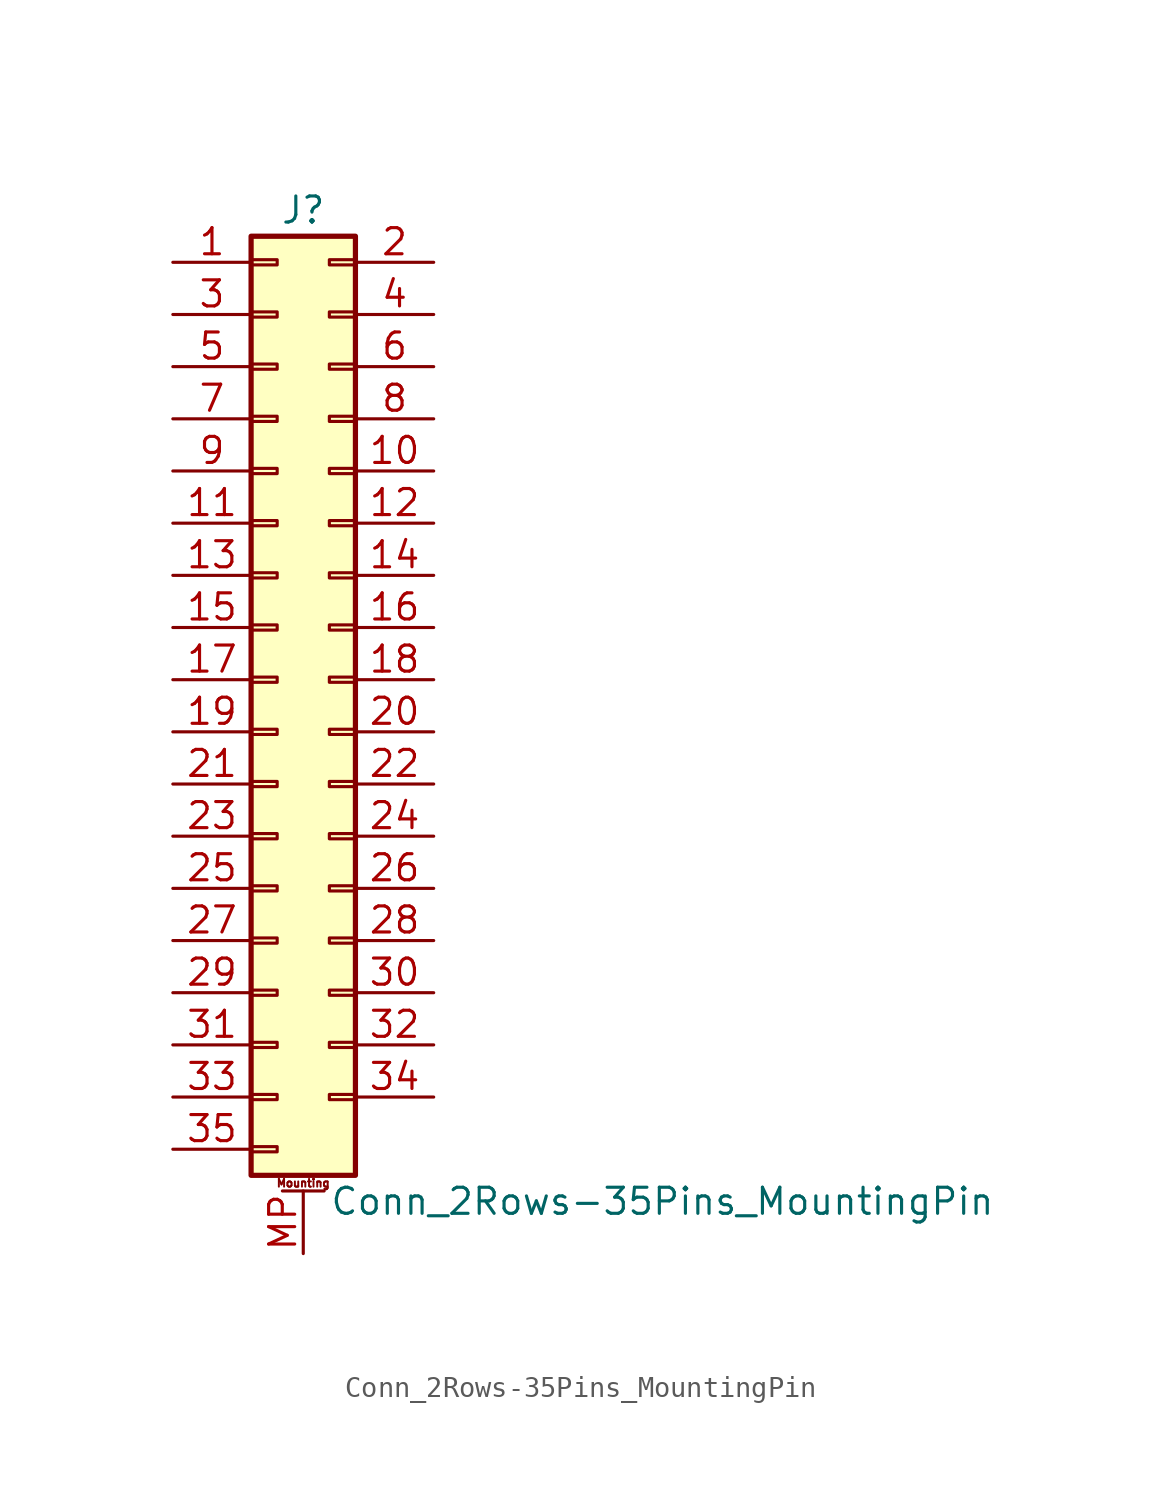
<source format=kicad_sym>
(kicad_symbol_lib
  (version 20201005)
  (generator kicad_symbol_editor)
  (symbol "Connector_Generic_MountingPin:Conn_2Rows-35Pins_MountingPin"
    (pin_names
      (offset 1.016) hide)
    (property "Reference" "J"
      (at 1.27 22.86 0)
      (effects (font (size 1.27 1.27))))
    (property "Value" "Conn_2Rows-35Pins_MountingPin"
      (at 2.54 -25.4 0)
      (effects (font (size 1.27 1.27)) (justify left)))
    (symbol "Conn_2Rows-35Pins_MountingPin_1_1"
      (text "Mounting" (at 1.27 -24.511 0) (effects (font (size 0.381 0.381))))
      (rectangle (start -1.27 -4.953) (end 0 -5.207) (stroke (width 0.152)) (fill (type none)))
      (rectangle (start -1.27 -7.493) (end 0 -7.747) (stroke (width 0.152)) (fill (type none)))
      (rectangle (start -1.27 -10.033) (end 0 -10.287) (stroke (width 0.152)) (fill (type none)))
      (rectangle (start -1.27 -12.573) (end 0 -12.827) (stroke (width 0.152)) (fill (type none)))
      (rectangle (start -1.27 -15.113) (end 0 -15.367) (stroke (width 0.152)) (fill (type none)))
      (rectangle (start -1.27 -17.653) (end 0 -17.907) (stroke (width 0.152)) (fill (type none)))
      (rectangle (start -1.27 -20.193) (end 0 -20.447) (stroke (width 0.152)) (fill (type none)))
      (rectangle (start -1.27 -22.733) (end 0 -22.987) (stroke (width 0.152)) (fill (type none)))
      (rectangle (start -1.27 -2.413) (end 0 -2.667) (stroke (width 0.152)) (fill (type none)))
      (rectangle (start -1.27 2.667) (end 0 2.413) (stroke (width 0.152)) (fill (type none)))
      (rectangle (start -1.27 5.207) (end 0 4.953) (stroke (width 0.152)) (fill (type none)))
      (rectangle (start -1.27 7.747) (end 0 7.493) (stroke (width 0.152)) (fill (type none)))
      (rectangle (start -1.27 10.287) (end 0 10.033) (stroke (width 0.152)) (fill (type none)))
      (rectangle (start -1.27 0.127) (end 0 -0.127) (stroke (width 0.152)) (fill (type none)))
      (rectangle (start -1.27 12.827) (end 0 12.573) (stroke (width 0.152)) (fill (type none)))
      (rectangle (start -1.27 15.367) (end 0 15.113) (stroke (width 0.152)) (fill (type none)))
      (rectangle (start -1.27 17.907) (end 0 17.653) (stroke (width 0.152)) (fill (type none)))
      (rectangle (start -1.27 20.447) (end 0 20.193) (stroke (width 0.152)) (fill (type none)))
      (rectangle (start -1.27 21.59) (end 3.81 -24.13) (stroke (width 0.254)) (fill (type background)))
      (rectangle (start 3.81 -4.953) (end 2.54 -5.207) (stroke (width 0.152)) (fill (type none)))
      (rectangle (start 3.81 -7.493) (end 2.54 -7.747) (stroke (width 0.152)) (fill (type none)))
      (rectangle (start 3.81 -10.033) (end 2.54 -10.287) (stroke (width 0.152)) (fill (type none)))
      (rectangle (start 3.81 -12.573) (end 2.54 -12.827) (stroke (width 0.152)) (fill (type none)))
      (rectangle (start 3.81 -15.113) (end 2.54 -15.367) (stroke (width 0.152)) (fill (type none)))
      (rectangle (start 3.81 -17.653) (end 2.54 -17.907) (stroke (width 0.152)) (fill (type none)))
      (rectangle (start 3.81 -20.193) (end 2.54 -20.447) (stroke (width 0.152)) (fill (type none)))
      (rectangle (start 3.81 -2.413) (end 2.54 -2.667) (stroke (width 0.152)) (fill (type none)))
      (rectangle (start 3.81 2.667) (end 2.54 2.413) (stroke (width 0.152)) (fill (type none)))
      (rectangle (start 3.81 5.207) (end 2.54 4.953) (stroke (width 0.152)) (fill (type none)))
      (rectangle (start 3.81 7.747) (end 2.54 7.493) (stroke (width 0.152)) (fill (type none)))
      (rectangle (start 3.81 10.287) (end 2.54 10.033) (stroke (width 0.152)) (fill (type none)))
      (rectangle (start 3.81 0.127) (end 2.54 -0.127) (stroke (width 0.152)) (fill (type none)))
      (rectangle (start 3.81 12.827) (end 2.54 12.573) (stroke (width 0.152)) (fill (type none)))
      (rectangle (start 3.81 15.367) (end 2.54 15.113) (stroke (width 0.152)) (fill (type none)))
      (rectangle (start 3.81 17.907) (end 2.54 17.653) (stroke (width 0.152)) (fill (type none)))
      (rectangle (start 3.81 20.447) (end 2.54 20.193) (stroke (width 0.152)) (fill (type none)))
      (polyline (pts (xy 0.254 -24.892) (xy 2.286 -24.892)) (stroke (width 0.152)) (fill (type none)))
      (pin passive line (at 1.27 -27.94 90) (length 3.048) (name "MountPin" (effects (font (size 1.27 1.27)))) (number "MP" (effects (font (size 1.27 1.27)))))
      (pin passive line (at -5.08 20.32 0) (length 3.81) (name "Pin_1" (effects (font (size 1.27 1.27)))) (number "1" (effects (font (size 1.27 1.27)))))
      (pin passive line (at 7.62 10.16 180) (length 3.81) (name "Pin_10" (effects (font (size 1.27 1.27)))) (number "10" (effects (font (size 1.27 1.27)))))
      (pin passive line (at -5.08 7.62 0) (length 3.81) (name "Pin_11" (effects (font (size 1.27 1.27)))) (number "11" (effects (font (size 1.27 1.27)))))
      (pin passive line (at 7.62 7.62 180) (length 3.81) (name "Pin_12" (effects (font (size 1.27 1.27)))) (number "12" (effects (font (size 1.27 1.27)))))
      (pin passive line (at -5.08 5.08 0) (length 3.81) (name "Pin_13" (effects (font (size 1.27 1.27)))) (number "13" (effects (font (size 1.27 1.27)))))
      (pin passive line (at 7.62 5.08 180) (length 3.81) (name "Pin_14" (effects (font (size 1.27 1.27)))) (number "14" (effects (font (size 1.27 1.27)))))
      (pin passive line (at -5.08 2.54 0) (length 3.81) (name "Pin_15" (effects (font (size 1.27 1.27)))) (number "15" (effects (font (size 1.27 1.27)))))
      (pin passive line (at 7.62 2.54 180) (length 3.81) (name "Pin_16" (effects (font (size 1.27 1.27)))) (number "16" (effects (font (size 1.27 1.27)))))
      (pin passive line (at -5.08 0 0) (length 3.81) (name "Pin_17" (effects (font (size 1.27 1.27)))) (number "17" (effects (font (size 1.27 1.27)))))
      (pin passive line (at 7.62 0 180) (length 3.81) (name "Pin_18" (effects (font (size 1.27 1.27)))) (number "18" (effects (font (size 1.27 1.27)))))
      (pin passive line (at -5.08 -2.54 0) (length 3.81) (name "Pin_19" (effects (font (size 1.27 1.27)))) (number "19" (effects (font (size 1.27 1.27)))))
      (pin passive line (at 7.62 20.32 180) (length 3.81) (name "Pin_2" (effects (font (size 1.27 1.27)))) (number "2" (effects (font (size 1.27 1.27)))))
      (pin passive line (at 7.62 -2.54 180) (length 3.81) (name "Pin_20" (effects (font (size 1.27 1.27)))) (number "20" (effects (font (size 1.27 1.27)))))
      (pin passive line (at -5.08 -5.08 0) (length 3.81) (name "Pin_21" (effects (font (size 1.27 1.27)))) (number "21" (effects (font (size 1.27 1.27)))))
      (pin passive line (at 7.62 -5.08 180) (length 3.81) (name "Pin_22" (effects (font (size 1.27 1.27)))) (number "22" (effects (font (size 1.27 1.27)))))
      (pin passive line (at -5.08 -7.62 0) (length 3.81) (name "Pin_23" (effects (font (size 1.27 1.27)))) (number "23" (effects (font (size 1.27 1.27)))))
      (pin passive line (at 7.62 -7.62 180) (length 3.81) (name "Pin_24" (effects (font (size 1.27 1.27)))) (number "24" (effects (font (size 1.27 1.27)))))
      (pin passive line (at -5.08 -10.16 0) (length 3.81) (name "Pin_25" (effects (font (size 1.27 1.27)))) (number "25" (effects (font (size 1.27 1.27)))))
      (pin passive line (at 7.62 -10.16 180) (length 3.81) (name "Pin_26" (effects (font (size 1.27 1.27)))) (number "26" (effects (font (size 1.27 1.27)))))
      (pin passive line (at -5.08 -12.7 0) (length 3.81) (name "Pin_27" (effects (font (size 1.27 1.27)))) (number "27" (effects (font (size 1.27 1.27)))))
      (pin passive line (at 7.62 -12.7 180) (length 3.81) (name "Pin_28" (effects (font (size 1.27 1.27)))) (number "28" (effects (font (size 1.27 1.27)))))
      (pin passive line (at -5.08 -15.24 0) (length 3.81) (name "Pin_29" (effects (font (size 1.27 1.27)))) (number "29" (effects (font (size 1.27 1.27)))))
      (pin passive line (at -5.08 17.78 0) (length 3.81) (name "Pin_3" (effects (font (size 1.27 1.27)))) (number "3" (effects (font (size 1.27 1.27)))))
      (pin passive line (at 7.62 -15.24 180) (length 3.81) (name "Pin_30" (effects (font (size 1.27 1.27)))) (number "30" (effects (font (size 1.27 1.27)))))
      (pin passive line (at -5.08 -17.78 0) (length 3.81) (name "Pin_31" (effects (font (size 1.27 1.27)))) (number "31" (effects (font (size 1.27 1.27)))))
      (pin passive line (at 7.62 -17.78 180) (length 3.81) (name "Pin_32" (effects (font (size 1.27 1.27)))) (number "32" (effects (font (size 1.27 1.27)))))
      (pin passive line (at -5.08 -20.32 0) (length 3.81) (name "Pin_33" (effects (font (size 1.27 1.27)))) (number "33" (effects (font (size 1.27 1.27)))))
      (pin passive line (at 7.62 -20.32 180) (length 3.81) (name "Pin_34" (effects (font (size 1.27 1.27)))) (number "34" (effects (font (size 1.27 1.27)))))
      (pin passive line (at -5.08 -22.86 0) (length 3.81) (name "Pin_35" (effects (font (size 1.27 1.27)))) (number "35" (effects (font (size 1.27 1.27)))))
      (pin passive line (at 7.62 17.78 180) (length 3.81) (name "Pin_4" (effects (font (size 1.27 1.27)))) (number "4" (effects (font (size 1.27 1.27)))))
      (pin passive line (at -5.08 15.24 0) (length 3.81) (name "Pin_5" (effects (font (size 1.27 1.27)))) (number "5" (effects (font (size 1.27 1.27)))))
      (pin passive line (at 7.62 15.24 180) (length 3.81) (name "Pin_6" (effects (font (size 1.27 1.27)))) (number "6" (effects (font (size 1.27 1.27)))))
      (pin passive line (at -5.08 12.7 0) (length 3.81) (name "Pin_7" (effects (font (size 1.27 1.27)))) (number "7" (effects (font (size 1.27 1.27)))))
      (pin passive line (at 7.62 12.7 180) (length 3.81) (name "Pin_8" (effects (font (size 1.27 1.27)))) (number "8" (effects (font (size 1.27 1.27)))))
      (pin passive line (at -5.08 10.16 0) (length 3.81) (name "Pin_9" (effects (font (size 1.27 1.27)))) (number "9" (effects (font (size 1.27 1.27))))))))
</source>
